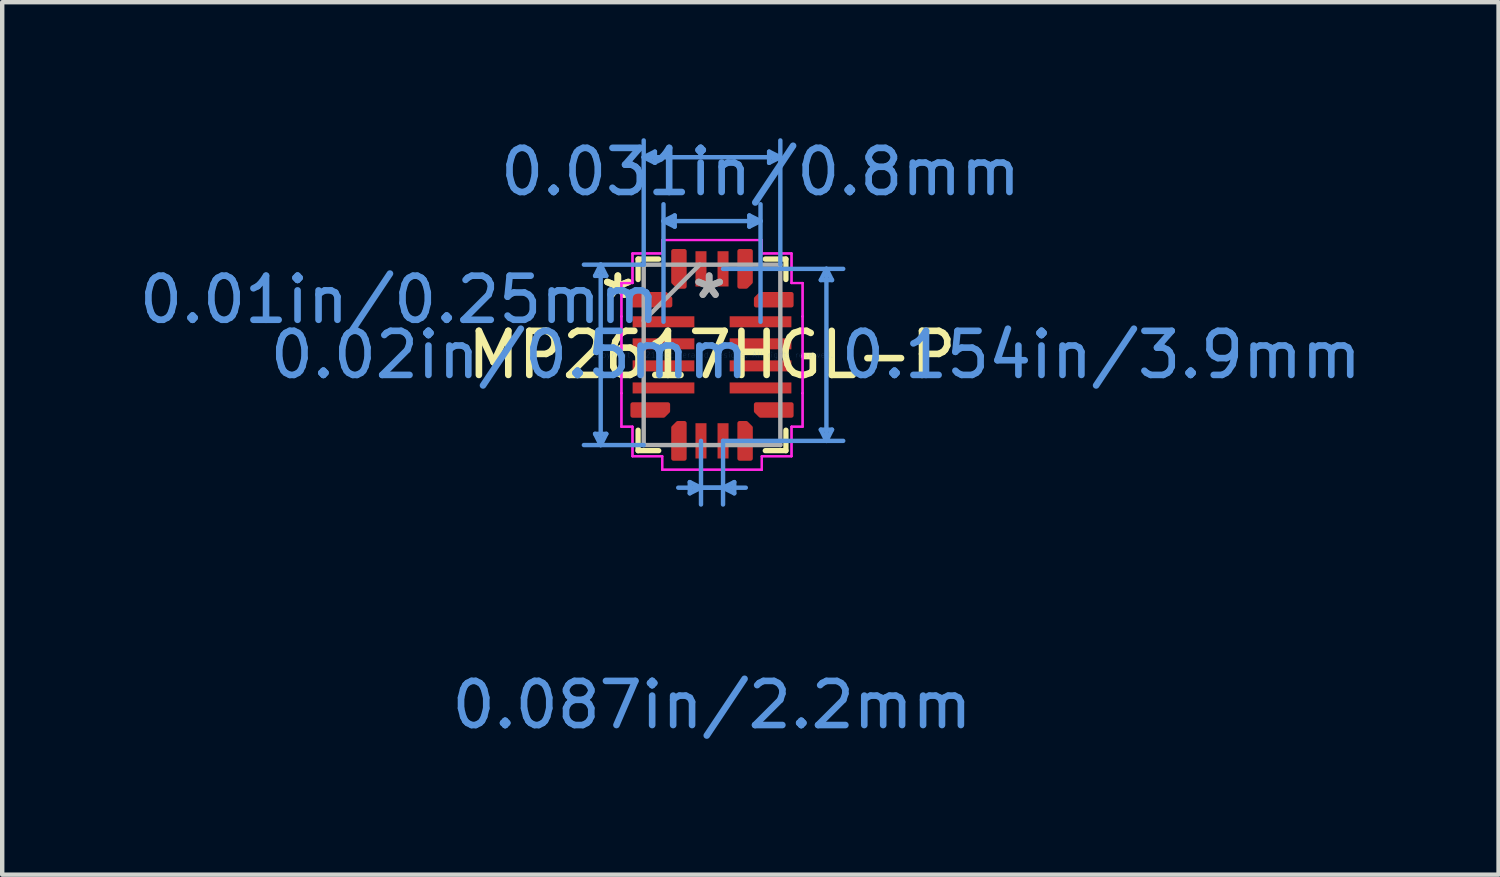
<source format=kicad_pcb>
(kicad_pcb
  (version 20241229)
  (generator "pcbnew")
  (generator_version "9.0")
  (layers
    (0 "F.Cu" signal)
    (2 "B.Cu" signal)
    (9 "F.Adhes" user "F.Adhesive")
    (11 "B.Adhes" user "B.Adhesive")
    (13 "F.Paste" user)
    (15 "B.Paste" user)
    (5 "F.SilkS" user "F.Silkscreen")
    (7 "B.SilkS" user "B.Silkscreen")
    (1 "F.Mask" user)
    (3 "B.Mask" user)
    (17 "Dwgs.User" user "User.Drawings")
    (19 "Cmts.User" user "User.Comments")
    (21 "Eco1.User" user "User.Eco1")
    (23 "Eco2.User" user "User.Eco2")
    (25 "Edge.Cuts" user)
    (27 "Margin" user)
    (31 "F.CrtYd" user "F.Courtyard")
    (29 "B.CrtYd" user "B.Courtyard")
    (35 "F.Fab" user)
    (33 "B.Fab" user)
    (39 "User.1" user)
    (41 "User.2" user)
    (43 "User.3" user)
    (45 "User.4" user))
  (footprint "MP2617HGL-P"
    (layer "F.Cu")
    (at 13.094 4.996)
    (property "Reference" "MP2617HGL-P" (at 0 0 0) (layer "F.SilkS") (effects (font (size 1 1) (thickness 0.15))))
    (attr through_hole)
    (fp_poly (pts (xy -1.8 -1.375) (xy -1.8 -1.125) (xy -0.95 -1.125) (xy -0.95 -1.275) (xy -1.05 -1.375)) (stroke (width 0.1) (type solid)) (fill yes) (layer "F.Cu"))
    (fp_poly (pts (xy -1.8 1.125) (xy -1.8 1.375) (xy -1.1 1.375) (xy -1 1.275) (xy -1 1.125)) (stroke (width 0.1) (type solid)) (fill yes) (layer "F.Cu"))
    (fp_poly (pts (xy -0.625 -2.35) (xy -0.875 -2.35) (xy -0.875 -1.65) (xy -0.775 -1.55) (xy -0.625 -1.55)) (stroke (width 0.1) (type solid)) (fill yes) (layer "F.Cu"))
    (fp_poly (pts (xy -0.625 2.35) (xy -0.875 2.35) (xy -0.875 1.65) (xy -0.775 1.55) (xy -0.625 1.55)) (stroke (width 0.1) (type solid)) (fill yes) (layer "F.Cu"))
    (fp_poly (pts (xy 0.625 -2.35) (xy 0.875 -2.35) (xy 0.875 -1.65) (xy 0.775 -1.55) (xy 0.625 -1.55)) (stroke (width 0.1) (type solid)) (fill yes) (layer "F.Cu"))
    (fp_poly (pts (xy 0.625 2.35) (xy 0.875 2.35) (xy 0.875 1.65) (xy 0.775 1.55) (xy 0.625 1.55)) (stroke (width 0.1) (type solid)) (fill yes) (layer "F.Cu"))
    (fp_poly (pts (xy 1.8 -1.125) (xy 1.8 -1.375) (xy 1.1 -1.375) (xy 1 -1.275) (xy 1 -1.125)) (stroke (width 0.1) (type solid)) (fill yes) (layer "F.Cu"))
    (fp_poly (pts (xy 1.8 1.125) (xy 1.8 1.375) (xy 1.1 1.375) (xy 1 1.275) (xy 1 1.125)) (stroke (width 0.1) (type solid)) (fill yes) (layer "F.Cu"))
    (fp_poly (pts (xy -1.8 -1.375) (xy -1.8 -1.125) (xy -0.95 -1.125) (xy -0.95 -1.275) (xy -1.05 -1.375)) (stroke (width 0.1) (type solid)) (fill yes) (layer "F.Mask"))
    (fp_poly (pts (xy -1.8 1.125) (xy -1.8 1.375) (xy -1.1 1.375) (xy -1 1.275) (xy -1 1.125)) (stroke (width 0.1) (type solid)) (fill yes) (layer "F.Mask"))
    (fp_poly (pts (xy -0.625 -2.35) (xy -0.875 -2.35) (xy -0.875 -1.65) (xy -0.775 -1.55) (xy -0.625 -1.55)) (stroke (width 0.1) (type solid)) (fill yes) (layer "F.Mask"))
    (fp_poly (pts (xy -0.625 2.35) (xy -0.875 2.35) (xy -0.875 1.65) (xy -0.775 1.55) (xy -0.625 1.55)) (stroke (width 0.1) (type solid)) (fill yes) (layer "F.Mask"))
    (fp_poly (pts (xy 0.625 -2.35) (xy 0.875 -2.35) (xy 0.875 -1.65) (xy 0.775 -1.55) (xy 0.625 -1.55)) (stroke (width 0.1) (type solid)) (fill yes) (layer "F.Mask"))
    (fp_poly (pts (xy 0.625 2.35) (xy 0.875 2.35) (xy 0.875 1.65) (xy 0.775 1.55) (xy 0.625 1.55)) (stroke (width 0.1) (type solid)) (fill yes) (layer "F.Mask"))
    (fp_poly (pts (xy 1.8 -1.125) (xy 1.8 -1.375) (xy 1.1 -1.375) (xy 1 -1.275) (xy 1 -1.125)) (stroke (width 0.1) (type solid)) (fill yes) (layer "F.Mask"))
    (fp_poly (pts (xy 1.8 1.125) (xy 1.8 1.375) (xy 1.1 1.375) (xy 1 1.275) (xy 1 1.125)) (stroke (width 0.1) (type solid)) (fill yes) (layer "F.Mask"))
    (fp_line (start -1.676 -2.172) (end -1.208 -2.172) (stroke (width 0.12) (type solid)) (layer "F.SilkS"))
    (fp_line (start -1.676 -1.708) (end -1.676 -2.172) (stroke (width 0.12) (type solid)) (layer "F.SilkS"))
    (fp_line (start -1.676 2.172) (end -1.676 1.708) (stroke (width 0.12) (type solid)) (layer "F.SilkS"))
    (fp_line (start -1.208 2.172) (end -1.676 2.172) (stroke (width 0.12) (type solid)) (layer "F.SilkS"))
    (fp_line (start 1.208 -2.172) (end 1.676 -2.172) (stroke (width 0.12) (type solid)) (layer "F.SilkS"))
    (fp_line (start 1.676 -2.172) (end 1.676 -1.708) (stroke (width 0.12) (type solid)) (layer "F.SilkS"))
    (fp_line (start 1.676 1.708) (end 1.676 2.172) (stroke (width 0.12) (type solid)) (layer "F.SilkS"))
    (fp_line (start 1.676 2.172) (end 1.208 2.172) (stroke (width 0.12) (type solid)) (layer "F.SilkS"))
    (fp_poly (pts (xy -1.8 -1.375) (xy -1.8 -1.125) (xy -0.95 -1.125) (xy -0.95 -1.275) (xy -1.05 -1.375)) (stroke (width 0.1) (type solid)) (fill yes) (layer "F.Paste"))
    (fp_poly (pts (xy -1.8 1.125) (xy -1.8 1.375) (xy -1.1 1.375) (xy -1 1.275) (xy -1 1.125)) (stroke (width 0.1) (type solid)) (fill yes) (layer "F.Paste"))
    (fp_poly (pts (xy -0.625 -2.35) (xy -0.875 -2.35) (xy -0.875 -1.65) (xy -0.775 -1.55) (xy -0.625 -1.55)) (stroke (width 0.1) (type solid)) (fill yes) (layer "F.Paste"))
    (fp_poly (pts (xy -0.625 2.35) (xy -0.875 2.35) (xy -0.875 1.65) (xy -0.775 1.55) (xy -0.625 1.55)) (stroke (width 0.1) (type solid)) (fill yes) (layer "F.Paste"))
    (fp_poly (pts (xy 0.625 -2.35) (xy 0.875 -2.35) (xy 0.875 -1.65) (xy 0.775 -1.55) (xy 0.625 -1.55)) (stroke (width 0.1) (type solid)) (fill yes) (layer "F.Paste"))
    (fp_poly (pts (xy 0.625 2.35) (xy 0.875 2.35) (xy 0.875 1.65) (xy 0.775 1.55) (xy 0.625 1.55)) (stroke (width 0.1) (type solid)) (fill yes) (layer "F.Paste"))
    (fp_poly (pts (xy 1.8 -1.125) (xy 1.8 -1.375) (xy 1.1 -1.375) (xy 1 -1.275) (xy 1 -1.125)) (stroke (width 0.1) (type solid)) (fill yes) (layer "F.Paste"))
    (fp_poly (pts (xy 1.8 1.125) (xy 1.8 1.375) (xy 1.1 1.375) (xy 1 1.275) (xy 1 1.125)) (stroke (width 0.1) (type solid)) (fill yes) (layer "F.Paste"))
    (fp_line (start -2.651 -1.791) (end -2.524 -2.045) (stroke (width 0.1) (type solid)) (layer "Cmts.User"))
    (fp_line (start -2.651 -1.791) (end -2.397 -1.791) (stroke (width 0.1) (type solid)) (layer "Cmts.User"))
    (fp_line (start -2.651 1.791) (end -2.524 2.045) (stroke (width 0.1) (type solid)) (layer "Cmts.User"))
    (fp_line (start -2.524 -2.045) (end -2.524 2.045) (stroke (width 0.1) (type solid)) (layer "Cmts.User"))
    (fp_line (start -2.397 1.791) (end -2.651 1.791) (stroke (width 0.1) (type solid)) (layer "Cmts.User"))
    (fp_line (start -2.397 1.791) (end -2.524 2.045) (stroke (width 0.1) (type solid)) (layer "Cmts.User"))
    (fp_line (start -2.397 -1.791) (end -2.524 -2.045) (stroke (width 0.1) (type solid)) (layer "Cmts.User"))
    (fp_line (start -1.549 -4.481) (end 1.549 -4.481) (stroke (width 0.1) (type solid)) (layer "Cmts.User"))
    (fp_line (start -1.549 -2.045) (end -2.905 -2.045) (stroke (width 0.1) (type solid)) (layer "Cmts.User"))
    (fp_line (start -1.549 -2.045) (end -1.549 -4.862) (stroke (width 0.1) (type solid)) (layer "Cmts.User"))
    (fp_line (start -1.549 2.045) (end -2.905 2.045) (stroke (width 0.1) (type solid)) (layer "Cmts.User"))
    (fp_line (start -1.295 -4.354) (end -1.549 -4.481) (stroke (width 0.1) (type solid)) (layer "Cmts.User"))
    (fp_line (start -1.295 -4.354) (end -1.295 -4.608) (stroke (width 0.1) (type solid)) (layer "Cmts.User"))
    (fp_line (start -1.295 -4.608) (end -1.549 -4.481) (stroke (width 0.1) (type solid)) (layer "Cmts.User"))
    (fp_line (start -1.1 -3.034) (end 1.1 -3.034) (stroke (width 0.1) (type solid)) (layer "Cmts.User"))
    (fp_line (start -1.1 -0.75) (end -1.1 -3.415) (stroke (width 0.1) (type solid)) (layer "Cmts.User"))
    (fp_line (start -0.846 -3.161) (end -1.1 -3.034) (stroke (width 0.1) (type solid)) (layer "Cmts.User"))
    (fp_line (start -0.846 -2.907) (end -1.1 -3.034) (stroke (width 0.1) (type solid)) (layer "Cmts.User"))
    (fp_line (start -0.846 -2.907) (end -0.846 -3.161) (stroke (width 0.1) (type solid)) (layer "Cmts.User"))
    (fp_line (start -0.766 3.012) (end 0.25 3.012) (stroke (width 0.1) (type solid)) (layer "Cmts.User"))
    (fp_line (start -0.504 2.885) (end -0.504 3.139) (stroke (width 0.1) (type solid)) (layer "Cmts.User"))
    (fp_line (start -0.504 2.885) (end -0.25 3.012) (stroke (width 0.1) (type solid)) (layer "Cmts.User"))
    (fp_line (start -0.504 3.139) (end -0.25 3.012) (stroke (width 0.1) (type solid)) (layer "Cmts.User"))
    (fp_line (start -0.25 1.95) (end -0.25 3.393) (stroke (width 0.1) (type solid)) (layer "Cmts.User"))
    (fp_line (start 0.25 -1.95) (end 2.975 -1.95) (stroke (width 0.1) (type solid)) (layer "Cmts.User"))
    (fp_line (start 0.25 1.95) (end 0.25 3.393) (stroke (width 0.1) (type solid)) (layer "Cmts.User"))
    (fp_line (start 0.25 1.95) (end 2.975 1.95) (stroke (width 0.1) (type solid)) (layer "Cmts.User"))
    (fp_line (start 0.504 2.885) (end 0.25 3.012) (stroke (width 0.1) (type solid)) (layer "Cmts.User"))
    (fp_line (start 0.504 3.139) (end 0.25 3.012) (stroke (width 0.1) (type solid)) (layer "Cmts.User"))
    (fp_line (start 0.504 3.139) (end 0.504 2.885) (stroke (width 0.1) (type solid)) (layer "Cmts.User"))
    (fp_line (start 0.766 3.012) (end -0.25 3.012) (stroke (width 0.1) (type solid)) (layer "Cmts.User"))
    (fp_line (start 0.846 -2.907) (end 1.1 -3.034) (stroke (width 0.1) (type solid)) (layer "Cmts.User"))
    (fp_line (start 0.846 -3.161) (end 0.846 -2.907) (stroke (width 0.1) (type solid)) (layer "Cmts.User"))
    (fp_line (start 0.846 -3.161) (end 1.1 -3.034) (stroke (width 0.1) (type solid)) (layer "Cmts.User"))
    (fp_line (start 1.1 -0.75) (end 1.1 -3.415) (stroke (width 0.1) (type solid)) (layer "Cmts.User"))
    (fp_line (start 1.295 -4.354) (end 1.549 -4.481) (stroke (width 0.1) (type solid)) (layer "Cmts.User"))
    (fp_line (start 1.295 -4.608) (end 1.295 -4.354) (stroke (width 0.1) (type solid)) (layer "Cmts.User"))
    (fp_line (start 1.295 -4.608) (end 1.549 -4.481) (stroke (width 0.1) (type solid)) (layer "Cmts.User"))
    (fp_line (start 1.549 -2.045) (end 1.549 -4.862) (stroke (width 0.1) (type solid)) (layer "Cmts.User"))
    (fp_line (start 2.467 1.696) (end 2.594 1.95) (stroke (width 0.1) (type solid)) (layer "Cmts.User"))
    (fp_line (start 2.467 -1.696) (end 2.594 -1.95) (stroke (width 0.1) (type solid)) (layer "Cmts.User"))
    (fp_line (start 2.467 -1.696) (end 2.721 -1.696) (stroke (width 0.1) (type solid)) (layer "Cmts.User"))
    (fp_line (start 2.594 -1.95) (end 2.594 1.95) (stroke (width 0.1) (type solid)) (layer "Cmts.User"))
    (fp_line (start 2.721 1.696) (end 2.467 1.696) (stroke (width 0.1) (type solid)) (layer "Cmts.User"))
    (fp_line (start 2.721 1.696) (end 2.594 1.95) (stroke (width 0.1) (type solid)) (layer "Cmts.User"))
    (fp_line (start 2.721 -1.696) (end 2.594 -1.95) (stroke (width 0.1) (type solid)) (layer "Cmts.User"))
    (fp_line (start -2.054 -1.629) (end -2.054 -0.871) (stroke (width 0.05) (type solid)) (layer "F.CrtYd"))
    (fp_line (start -2.054 -1.629) (end -2.054 -0.871) (stroke (width 0.05) (type solid)) (layer "F.CrtYd"))
    (fp_line (start -2.054 -0.871) (end -2.054 -0.871) (stroke (width 0.05) (type solid)) (layer "F.CrtYd"))
    (fp_line (start -2.054 -0.871) (end -2.054 -0.871) (stroke (width 0.05) (type solid)) (layer "F.CrtYd"))
    (fp_line (start -2.054 -0.871) (end -2.054 0.871) (stroke (width 0.05) (type solid)) (layer "F.CrtYd"))
    (fp_line (start -2.054 -0.871) (end -2.054 0.871) (stroke (width 0.05) (type solid)) (layer "F.CrtYd"))
    (fp_line (start -2.054 0.871) (end -2.054 0.871) (stroke (width 0.05) (type solid)) (layer "F.CrtYd"))
    (fp_line (start -2.054 0.871) (end -2.054 0.871) (stroke (width 0.05) (type solid)) (layer "F.CrtYd"))
    (fp_line (start -2.054 0.871) (end -2.054 1.629) (stroke (width 0.05) (type solid)) (layer "F.CrtYd"))
    (fp_line (start -2.054 0.871) (end -2.054 1.629) (stroke (width 0.05) (type solid)) (layer "F.CrtYd"))
    (fp_line (start -2.054 1.629) (end -1.803 1.629) (stroke (width 0.05) (type solid)) (layer "F.CrtYd"))
    (fp_line (start -2.054 1.629) (end -1.803 1.629) (stroke (width 0.05) (type solid)) (layer "F.CrtYd"))
    (fp_line (start -1.803 -2.299) (end -1.803 -1.629) (stroke (width 0.05) (type solid)) (layer "F.CrtYd"))
    (fp_line (start -1.803 -2.299) (end -1.803 -1.629) (stroke (width 0.05) (type solid)) (layer "F.CrtYd"))
    (fp_line (start -1.803 -1.629) (end -2.054 -1.629) (stroke (width 0.05) (type solid)) (layer "F.CrtYd"))
    (fp_line (start -1.803 -1.629) (end -2.054 -1.629) (stroke (width 0.05) (type solid)) (layer "F.CrtYd"))
    (fp_line (start -1.803 1.629) (end -1.803 2.299) (stroke (width 0.05) (type solid)) (layer "F.CrtYd"))
    (fp_line (start -1.803 1.629) (end -1.803 2.299) (stroke (width 0.05) (type solid)) (layer "F.CrtYd"))
    (fp_line (start -1.803 2.299) (end -1.129 2.299) (stroke (width 0.05) (type solid)) (layer "F.CrtYd"))
    (fp_line (start -1.803 2.299) (end -1.129 2.299) (stroke (width 0.05) (type solid)) (layer "F.CrtYd"))
    (fp_line (start -1.129 -2.604) (end -1.129 -2.299) (stroke (width 0.05) (type solid)) (layer "F.CrtYd"))
    (fp_line (start -1.129 -2.604) (end -1.129 -2.299) (stroke (width 0.05) (type solid)) (layer "F.CrtYd"))
    (fp_line (start -1.129 -2.299) (end -1.803 -2.299) (stroke (width 0.05) (type solid)) (layer "F.CrtYd"))
    (fp_line (start -1.129 -2.299) (end -1.803 -2.299) (stroke (width 0.05) (type solid)) (layer "F.CrtYd"))
    (fp_line (start -1.129 2.299) (end -1.129 2.604) (stroke (width 0.05) (type solid)) (layer "F.CrtYd"))
    (fp_line (start -1.129 2.299) (end -1.129 2.604) (stroke (width 0.05) (type solid)) (layer "F.CrtYd"))
    (fp_line (start -1.129 2.604) (end 1.129 2.604) (stroke (width 0.05) (type solid)) (layer "F.CrtYd"))
    (fp_line (start -1.129 2.604) (end 1.129 2.604) (stroke (width 0.05) (type solid)) (layer "F.CrtYd"))
    (fp_line (start 1.129 -2.604) (end -1.129 -2.604) (stroke (width 0.05) (type solid)) (layer "F.CrtYd"))
    (fp_line (start 1.129 -2.604) (end -1.129 -2.604) (stroke (width 0.05) (type solid)) (layer "F.CrtYd"))
    (fp_line (start 1.129 -2.299) (end 1.129 -2.604) (stroke (width 0.05) (type solid)) (layer "F.CrtYd"))
    (fp_line (start 1.129 -2.299) (end 1.129 -2.604) (stroke (width 0.05) (type solid)) (layer "F.CrtYd"))
    (fp_line (start 1.129 2.299) (end 1.803 2.299) (stroke (width 0.05) (type solid)) (layer "F.CrtYd"))
    (fp_line (start 1.129 2.299) (end 1.803 2.299) (stroke (width 0.05) (type solid)) (layer "F.CrtYd"))
    (fp_line (start 1.129 2.604) (end 1.129 2.299) (stroke (width 0.05) (type solid)) (layer "F.CrtYd"))
    (fp_line (start 1.129 2.604) (end 1.129 2.299) (stroke (width 0.05) (type solid)) (layer "F.CrtYd"))
    (fp_line (start 1.803 -2.299) (end 1.129 -2.299) (stroke (width 0.05) (type solid)) (layer "F.CrtYd"))
    (fp_line (start 1.803 -2.299) (end 1.129 -2.299) (stroke (width 0.05) (type solid)) (layer "F.CrtYd"))
    (fp_line (start 1.803 -1.629) (end 1.803 -2.299) (stroke (width 0.05) (type solid)) (layer "F.CrtYd"))
    (fp_line (start 1.803 -1.629) (end 1.803 -2.299) (stroke (width 0.05) (type solid)) (layer "F.CrtYd"))
    (fp_line (start 1.803 1.629) (end 2.054 1.629) (stroke (width 0.05) (type solid)) (layer "F.CrtYd"))
    (fp_line (start 1.803 1.629) (end 2.054 1.629) (stroke (width 0.05) (type solid)) (layer "F.CrtYd"))
    (fp_line (start 1.803 2.299) (end 1.803 1.629) (stroke (width 0.05) (type solid)) (layer "F.CrtYd"))
    (fp_line (start 1.803 2.299) (end 1.803 1.629) (stroke (width 0.05) (type solid)) (layer "F.CrtYd"))
    (fp_line (start 2.054 -1.629) (end 1.803 -1.629) (stroke (width 0.05) (type solid)) (layer "F.CrtYd"))
    (fp_line (start 2.054 -1.629) (end 1.803 -1.629) (stroke (width 0.05) (type solid)) (layer "F.CrtYd"))
    (fp_line (start 2.054 -0.871) (end 2.054 -1.629) (stroke (width 0.05) (type solid)) (layer "F.CrtYd"))
    (fp_line (start 2.054 -0.871) (end 2.054 -1.629) (stroke (width 0.05) (type solid)) (layer "F.CrtYd"))
    (fp_line (start 2.054 -0.871) (end 2.054 -0.871) (stroke (width 0.05) (type solid)) (layer "F.CrtYd"))
    (fp_line (start 2.054 -0.871) (end 2.054 -0.871) (stroke (width 0.05) (type solid)) (layer "F.CrtYd"))
    (fp_line (start 2.054 0.871) (end 2.054 -0.871) (stroke (width 0.05) (type solid)) (layer "F.CrtYd"))
    (fp_line (start 2.054 0.871) (end 2.054 -0.871) (stroke (width 0.05) (type solid)) (layer "F.CrtYd"))
    (fp_line (start 2.054 0.871) (end 2.054 0.871) (stroke (width 0.05) (type solid)) (layer "F.CrtYd"))
    (fp_line (start 2.054 0.871) (end 2.054 0.871) (stroke (width 0.05) (type solid)) (layer "F.CrtYd"))
    (fp_line (start 2.054 1.629) (end 2.054 0.871) (stroke (width 0.05) (type solid)) (layer "F.CrtYd"))
    (fp_line (start 2.054 1.629) (end 2.054 0.871) (stroke (width 0.05) (type solid)) (layer "F.CrtYd"))
    (fp_line (start -1.549 -2.045) (end -1.549 2.045) (stroke (width 0.1) (type solid)) (layer "F.Fab"))
    (fp_line (start -1.549 -0.775) (end -0.279 -2.045) (stroke (width 0.1) (type solid)) (layer "F.Fab"))
    (fp_line (start -1.549 2.045) (end 1.549 2.045) (stroke (width 0.1) (type solid)) (layer "F.Fab"))
    (fp_line (start 1.549 -2.045) (end -1.549 -2.045) (stroke (width 0.1) (type solid)) (layer "F.Fab"))
    (fp_line (start 1.549 2.045) (end 1.549 -2.045) (stroke (width 0.1) (type solid)) (layer "F.Fab"))
    (fp_text user "*" (at -2.135 -1.25 0) (layer "F.SilkS") (effects (font (size 1 1) (thickness 0.15))))
    (fp_text user "*" (at -2.135 -1.25 0) (layer "F.SilkS") (effects (font (size 1 1) (thickness 0.15))))
    (fp_text user "0.01in/0.25mm" (at -7.088 -1.25 0) (layer "Cmts.User") (effects (font (size 1 1) (thickness 0.15))))
    (fp_text user "Copyright 2021 Accelerated Designs. All rights reserved." (at 0 0 0) (layer "Cmts.User") (effects (font (size 0.127 0.127) (thickness 0.002))))
    (fp_text user "0.02in/0.5mm" (at -4.597 0 0) (layer "Cmts.User") (effects (font (size 1 1) (thickness 0.15))))
    (fp_text user "0.031in/0.8mm" (at 1.1 -4.148 0) (layer "Cmts.User") (effects (font (size 1 1) (thickness 0.15))))
    (fp_text user "0.087in/2.2mm" (at 0 7.938 0) (layer "Cmts.User") (effects (font (size 1 1) (thickness 0.15))))
    (fp_text user "0.154in/3.9mm" (at 8.828 0 0) (layer "Cmts.User") (effects (font (size 1 1) (thickness 0.15))))
    (fp_text user "*" (at -0.065 -1.25 0) (layer "F.Fab") (effects (font (size 1 1) (thickness 0.15))))
    (fp_text user "*" (at -0.065 -1.25 0) (layer "F.Fab") (effects (font (size 1 1) (thickness 0.15))))
    (pad "1" smd rect (at -1.4 -1.25) (size 0.127 0.127) (layers "F.Cu" "F.Mask" "F.Paste"))
    (pad "2" smd rect (at -1.1 -0.75) (size 1.4 0.25) (layers "F.Cu" "F.Mask" "F.Paste"))
    (pad "3" smd rect (at -1.1 -0.25) (size 1.4 0.25) (layers "F.Cu" "F.Mask" "F.Paste"))
    (pad "4" smd rect (at -1.1 0.25) (size 1.4 0.25) (layers "F.Cu" "F.Mask" "F.Paste"))
    (pad "5" smd rect (at -1.1 0.75) (size 1.4 0.25) (layers "F.Cu" "F.Mask" "F.Paste"))
    (pad "6" smd rect (at -1.4 1.25) (size 0.127 0.127) (layers "F.Cu" "F.Mask" "F.Paste"))
    (pad "7" smd rect (at -0.75 1.95 90) (size 0.127 0.127) (layers "F.Cu" "F.Mask" "F.Paste"))
    (pad "8" smd rect (at -0.25 1.95 90) (size 0.8 0.25) (layers "F.Cu" "F.Mask" "F.Paste"))
    (pad "9" smd rect (at 0.25 1.95 90) (size 0.8 0.25) (layers "F.Cu" "F.Mask" "F.Paste"))
    (pad "10" smd rect (at 0.75 1.95 90) (size 0.127 0.127) (layers "F.Cu" "F.Mask" "F.Paste"))
    (pad "11" smd rect (at 1.4 1.25) (size 0.127 0.127) (layers "F.Cu" "F.Mask" "F.Paste"))
    (pad "12" smd rect (at 1.1 0.75) (size 1.4 0.25) (layers "F.Cu" "F.Mask" "F.Paste"))
    (pad "13" smd rect (at 1.1 0.25) (size 1.4 0.25) (layers "F.Cu" "F.Mask" "F.Paste"))
    (pad "14" smd rect (at 1.1 -0.25) (size 1.4 0.25) (layers "F.Cu" "F.Mask" "F.Paste"))
    (pad "15" smd rect (at 1.1 -0.75) (size 1.4 0.25) (layers "F.Cu" "F.Mask" "F.Paste"))
    (pad "16" smd rect (at 1.4 -1.25) (size 0.127 0.127) (layers "F.Cu" "F.Mask" "F.Paste"))
    (pad "17" smd rect (at 0.75 -1.95 90) (size 0.127 0.127) (layers "F.Cu" "F.Mask" "F.Paste"))
    (pad "18" smd rect (at 0.25 -1.95 90) (size 0.8 0.25) (layers "F.Cu" "F.Mask" "F.Paste"))
    (pad "19" smd rect (at -0.25 -1.95 90) (size 0.8 0.25) (layers "F.Cu" "F.Mask" "F.Paste"))
    (pad "20" smd rect (at -0.75 -1.95 90) (size 0.127 0.127) (layers "F.Cu" "F.Mask" "F.Paste")))
  (gr_rect
    (start -3 -3)
    (end 30.928 16.782)
    (stroke (width 0.1) (type default))
    (fill no)
    (layer "Edge.Cuts")))
</source>
